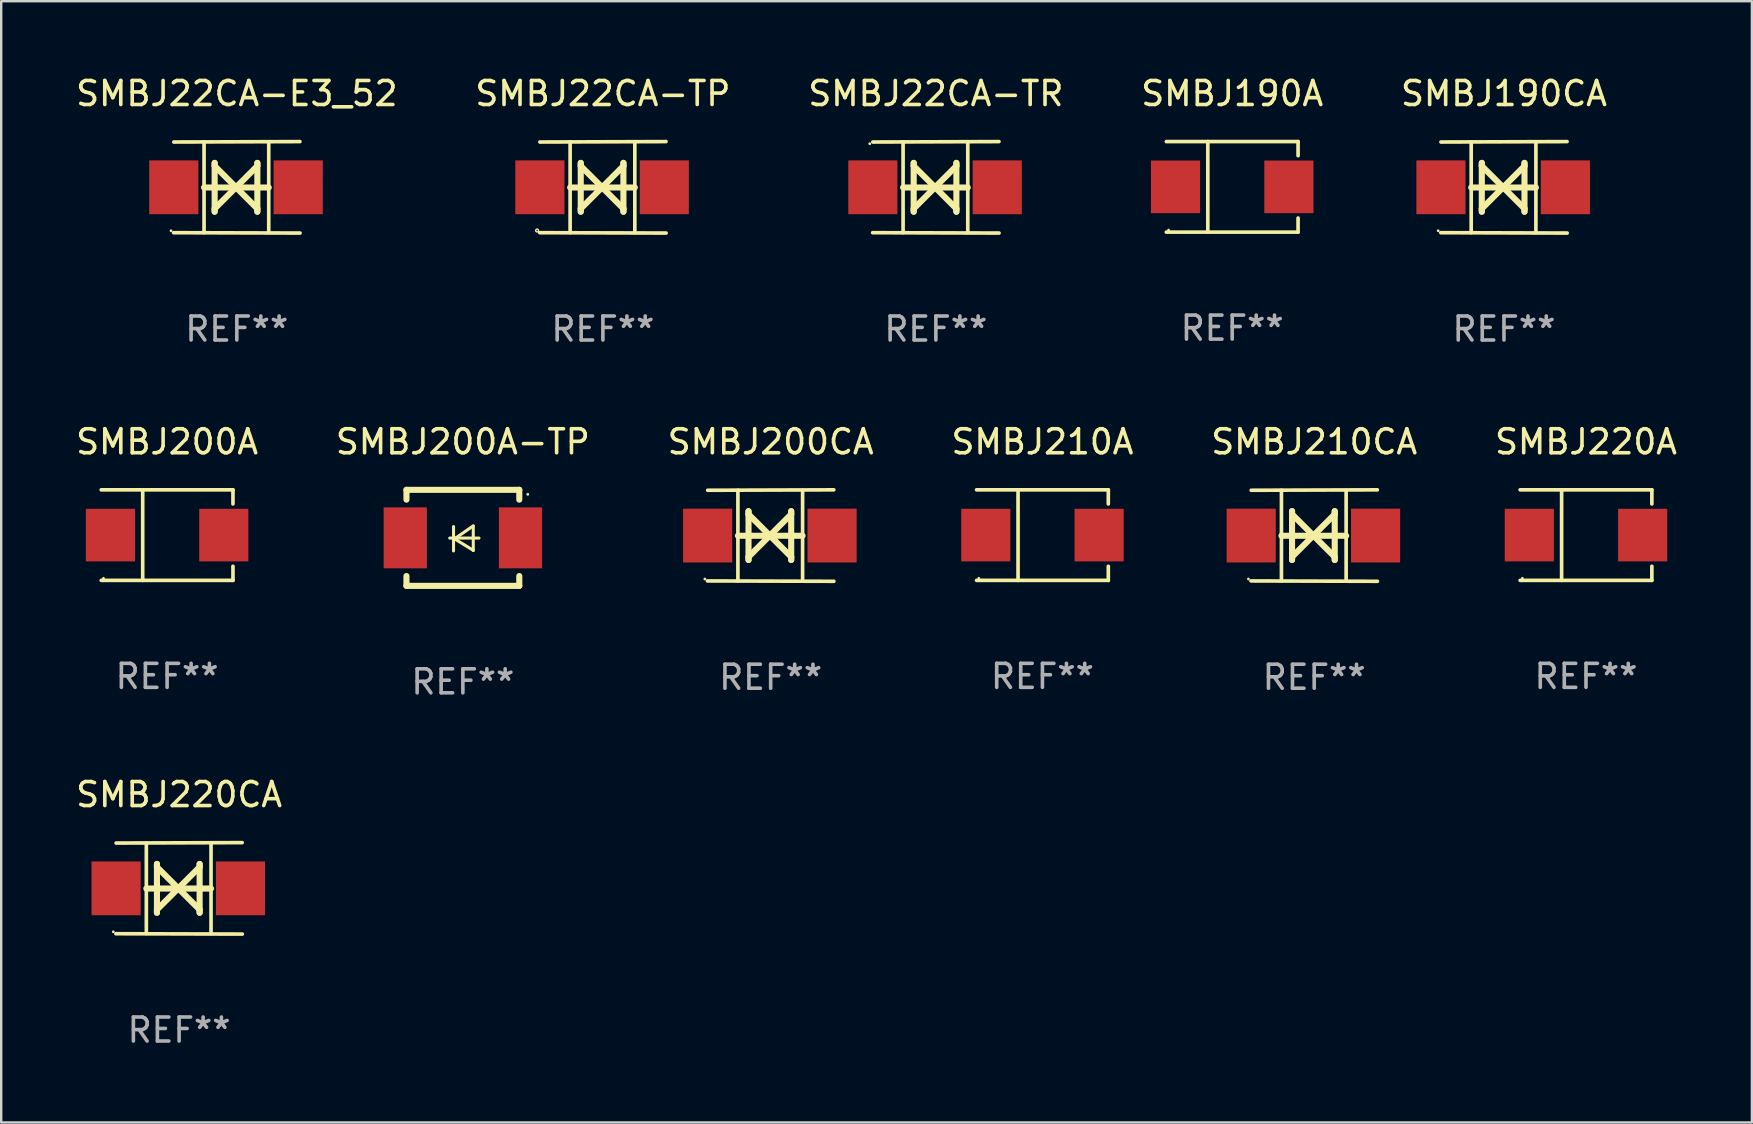
<source format=kicad_pcb>
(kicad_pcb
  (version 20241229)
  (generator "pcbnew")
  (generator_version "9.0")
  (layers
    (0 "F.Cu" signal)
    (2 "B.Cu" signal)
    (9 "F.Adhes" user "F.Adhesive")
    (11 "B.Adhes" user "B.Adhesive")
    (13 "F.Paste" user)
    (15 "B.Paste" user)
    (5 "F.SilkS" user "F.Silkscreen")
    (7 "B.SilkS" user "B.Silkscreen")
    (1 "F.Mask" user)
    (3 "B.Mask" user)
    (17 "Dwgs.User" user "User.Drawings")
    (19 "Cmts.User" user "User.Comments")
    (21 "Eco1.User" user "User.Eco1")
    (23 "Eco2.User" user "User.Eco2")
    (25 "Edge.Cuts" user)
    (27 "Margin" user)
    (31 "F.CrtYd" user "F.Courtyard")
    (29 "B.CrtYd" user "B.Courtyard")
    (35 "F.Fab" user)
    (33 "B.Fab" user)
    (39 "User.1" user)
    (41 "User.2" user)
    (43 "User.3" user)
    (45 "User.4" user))
  (footprint "SMBJ220A"
    (layer "F.Cu")
    (at 63.018 19.241)
    (property "Reference" "SMBJ220A" (at 0 -3.886 0) (layer "F.SilkS") (effects (font (size 1 1) (thickness 0.15))))
    (attr through_hole)
    (fp_line (start -2.744 -1.886) (end 2.744 -1.886) (stroke (width 0.152) (type solid)) (layer "F.SilkS"))
    (fp_line (start -2.744 1.886) (end 2.744 1.886) (stroke (width 0.152) (type solid)) (layer "F.SilkS"))
    (fp_line (start -1.016 -1.886) (end -1.016 1.886) (stroke (width 0.152) (type solid)) (layer "F.SilkS"))
    (fp_line (start 2.744 -1.886) (end 2.744 -1.299) (stroke (width 0.152) (type solid)) (layer "F.SilkS"))
    (fp_line (start 2.744 1.886) (end 2.744 1.299) (stroke (width 0.152) (type solid)) (layer "F.SilkS"))
    (fp_circle (center -2.65 1.8) (end -2.62 1.8) (stroke (width 0.06) (type solid)) (fill no) (layer "F.SilkS"))
    (fp_text user "REF**" (at 0 5.886 0) (layer "F.Fab") (effects (font (size 1 1) (thickness 0.15))))
    (pad "1" smd rect (at -2.361 0) (size 2.047 2.192) (layers "F.Cu" "F.Mask" "F.Paste"))
    (pad "2" smd rect (at 2.361 0) (size 2.047 2.192) (layers "F.Cu" "F.Mask" "F.Paste")))
  (footprint "SMBJ220CA"
    (layer "F.Cu")
    (at 4.411 33.956)
    (property "Reference" "SMBJ220CA" (at 0 -3.905 0) (layer "F.SilkS") (effects (font (size 1 1) (thickness 0.15))))
    (attr through_hole)
    (fp_line (start -1.365 1.886) (end -1.365 -1.886) (stroke (width 0.152) (type solid)) (layer "F.SilkS"))
    (fp_line (start -1.365 0.008) (end 1.33 0.008) (stroke (width 0.254) (type solid)) (layer "F.SilkS"))
    (fp_line (start -0.923 -1.016) (end -0.923 1.016) (stroke (width 0.254) (type solid)) (layer "F.SilkS"))
    (fp_line (start -0.923 -0.889) (end -0.923 -1.016) (stroke (width 0.254) (type solid)) (layer "F.SilkS"))
    (fp_line (start -0.923 0.889) (end -0.034 0) (stroke (width 0.254) (type solid)) (layer "F.SilkS"))
    (fp_line (start -0.923 1.016) (end -0.923 0.889) (stroke (width 0.254) (type solid)) (layer "F.SilkS"))
    (fp_line (start -0.034 0) (end -0.923 -0.889) (stroke (width 0.254) (type solid)) (layer "F.SilkS"))
    (fp_line (start -0.034 0) (end 0.855 0.889) (stroke (width 0.254) (type solid)) (layer "F.SilkS"))
    (fp_line (start 0.855 -1.016) (end 0.855 -0.889) (stroke (width 0.254) (type solid)) (layer "F.SilkS"))
    (fp_line (start 0.855 -0.889) (end -0.034 0) (stroke (width 0.254) (type solid)) (layer "F.SilkS"))
    (fp_line (start 0.855 0.889) (end 0.855 1.016) (stroke (width 0.254) (type solid)) (layer "F.SilkS"))
    (fp_line (start 0.855 1.016) (end 0.855 -1.016) (stroke (width 0.254) (type solid)) (layer "F.SilkS"))
    (fp_line (start 1.33 1.886) (end 1.33 -1.886) (stroke (width 0.152) (type solid)) (layer "F.SilkS"))
    (fp_line (start 2.629 -1.905) (end -2.625 -1.887) (stroke (width 0.152) (type solid)) (layer "F.SilkS"))
    (fp_line (start 2.633 1.905) (end -2.633 1.89) (stroke (width 0.152) (type solid)) (layer "F.SilkS"))
    (fp_circle (center -2.741 1.81) (end -2.711 1.81) (stroke (width 0.06) (type solid)) (fill no) (layer "F.SilkS"))
    (fp_text user "REF**" (at 0 5.905 0) (layer "F.Fab") (effects (font (size 1 1) (thickness 0.15))))
    (pad "1" smd rect (at -2.625 0) (size 2.047 2.241) (layers "F.Cu" "F.Mask" "F.Paste"))
    (pad "2" smd rect (at 2.557 0) (size 2.047 2.241) (layers "F.Cu" "F.Mask" "F.Paste")))
  (footprint "SMBJ22CA-TP"
    (layer "F.Cu")
    (at 22.065 4.753)
    (property "Reference" "SMBJ22CA-TP" (at 0 -3.905 0) (layer "F.SilkS") (effects (font (size 1 1) (thickness 0.15))))
    (attr through_hole)
    (fp_line (start -1.365 1.886) (end -1.365 -1.886) (stroke (width 0.152) (type solid)) (layer "F.SilkS"))
    (fp_line (start -1.365 0.008) (end 1.33 0.008) (stroke (width 0.254) (type solid)) (layer "F.SilkS"))
    (fp_line (start -0.923 -1.016) (end -0.923 1.016) (stroke (width 0.254) (type solid)) (layer "F.SilkS"))
    (fp_line (start -0.923 -0.889) (end -0.923 -1.016) (stroke (width 0.254) (type solid)) (layer "F.SilkS"))
    (fp_line (start -0.923 0.889) (end -0.034 0) (stroke (width 0.254) (type solid)) (layer "F.SilkS"))
    (fp_line (start -0.923 1.016) (end -0.923 0.889) (stroke (width 0.254) (type solid)) (layer "F.SilkS"))
    (fp_line (start -0.034 0) (end -0.923 -0.889) (stroke (width 0.254) (type solid)) (layer "F.SilkS"))
    (fp_line (start -0.034 0) (end 0.855 0.889) (stroke (width 0.254) (type solid)) (layer "F.SilkS"))
    (fp_line (start 0.855 -1.016) (end 0.855 -0.889) (stroke (width 0.254) (type solid)) (layer "F.SilkS"))
    (fp_line (start 0.855 -0.889) (end -0.034 0) (stroke (width 0.254) (type solid)) (layer "F.SilkS"))
    (fp_line (start 0.855 0.889) (end 0.855 1.016) (stroke (width 0.254) (type solid)) (layer "F.SilkS"))
    (fp_line (start 0.855 1.016) (end 0.855 -1.016) (stroke (width 0.254) (type solid)) (layer "F.SilkS"))
    (fp_line (start 1.33 1.886) (end 1.33 -1.886) (stroke (width 0.152) (type solid)) (layer "F.SilkS"))
    (fp_line (start 2.629 -1.905) (end -2.625 -1.887) (stroke (width 0.152) (type solid)) (layer "F.SilkS"))
    (fp_line (start 2.633 1.905) (end -2.633 1.89) (stroke (width 0.152) (type solid)) (layer "F.SilkS"))
    (fp_circle (center -2.741 1.8) (end -2.712 1.8) (stroke (width 0.06) (type solid)) (fill no) (layer "F.SilkS"))
    (fp_text user "REF**" (at 0 5.905 0) (layer "F.Fab") (effects (font (size 1 1) (thickness 0.15))))
    (pad "1" smd rect (at -2.625 0) (size 2.047 2.241) (layers "F.Cu" "F.Mask" "F.Paste"))
    (pad "2" smd rect (at 2.557 0) (size 2.047 2.241) (layers "F.Cu" "F.Mask" "F.Paste")))
  (footprint "SMBJ210A"
    (layer "F.Cu")
    (at 40.375 19.241)
    (property "Reference" "SMBJ210A" (at 0 -3.886 0) (layer "F.SilkS") (effects (font (size 1 1) (thickness 0.15))))
    (attr through_hole)
    (fp_line (start -2.744 -1.886) (end 2.744 -1.886) (stroke (width 0.152) (type solid)) (layer "F.SilkS"))
    (fp_line (start -2.744 1.886) (end 2.744 1.886) (stroke (width 0.152) (type solid)) (layer "F.SilkS"))
    (fp_line (start -1.016 -1.886) (end -1.016 1.886) (stroke (width 0.152) (type solid)) (layer "F.SilkS"))
    (fp_line (start 2.744 -1.886) (end 2.744 -1.299) (stroke (width 0.152) (type solid)) (layer "F.SilkS"))
    (fp_line (start 2.744 1.886) (end 2.744 1.299) (stroke (width 0.152) (type solid)) (layer "F.SilkS"))
    (fp_circle (center -2.65 1.8) (end -2.62 1.8) (stroke (width 0.06) (type solid)) (fill no) (layer "F.SilkS"))
    (fp_text user "REF**" (at 0 5.886 0) (layer "F.Fab") (effects (font (size 1 1) (thickness 0.15))))
    (pad "1" smd rect (at -2.361 0) (size 2.047 2.192) (layers "F.Cu" "F.Mask" "F.Paste"))
    (pad "2" smd rect (at 2.361 0) (size 2.047 2.192) (layers "F.Cu" "F.Mask" "F.Paste")))
  (footprint "SMBJ190CA"
    (layer "F.Cu")
    (at 59.601 4.753)
    (property "Reference" "SMBJ190CA" (at 0 -3.905 0) (layer "F.SilkS") (effects (font (size 1 1) (thickness 0.15))))
    (attr through_hole)
    (fp_line (start -1.365 1.886) (end -1.365 -1.886) (stroke (width 0.152) (type solid)) (layer "F.SilkS"))
    (fp_line (start -1.365 0.008) (end 1.33 0.008) (stroke (width 0.254) (type solid)) (layer "F.SilkS"))
    (fp_line (start -0.923 -1.016) (end -0.923 1.016) (stroke (width 0.254) (type solid)) (layer "F.SilkS"))
    (fp_line (start -0.923 -0.889) (end -0.923 -1.016) (stroke (width 0.254) (type solid)) (layer "F.SilkS"))
    (fp_line (start -0.923 0.889) (end -0.034 0) (stroke (width 0.254) (type solid)) (layer "F.SilkS"))
    (fp_line (start -0.923 1.016) (end -0.923 0.889) (stroke (width 0.254) (type solid)) (layer "F.SilkS"))
    (fp_line (start -0.034 0) (end -0.923 -0.889) (stroke (width 0.254) (type solid)) (layer "F.SilkS"))
    (fp_line (start -0.034 0) (end 0.855 0.889) (stroke (width 0.254) (type solid)) (layer "F.SilkS"))
    (fp_line (start 0.855 -1.016) (end 0.855 -0.889) (stroke (width 0.254) (type solid)) (layer "F.SilkS"))
    (fp_line (start 0.855 -0.889) (end -0.034 0) (stroke (width 0.254) (type solid)) (layer "F.SilkS"))
    (fp_line (start 0.855 0.889) (end 0.855 1.016) (stroke (width 0.254) (type solid)) (layer "F.SilkS"))
    (fp_line (start 0.855 1.016) (end 0.855 -1.016) (stroke (width 0.254) (type solid)) (layer "F.SilkS"))
    (fp_line (start 1.33 1.886) (end 1.33 -1.886) (stroke (width 0.152) (type solid)) (layer "F.SilkS"))
    (fp_line (start 2.629 -1.905) (end -2.625 -1.887) (stroke (width 0.152) (type solid)) (layer "F.SilkS"))
    (fp_line (start 2.633 1.905) (end -2.633 1.89) (stroke (width 0.152) (type solid)) (layer "F.SilkS"))
    (fp_circle (center -2.741 1.81) (end -2.711 1.81) (stroke (width 0.06) (type solid)) (fill no) (layer "F.SilkS"))
    (fp_text user "REF**" (at 0 5.905 0) (layer "F.Fab") (effects (font (size 1 1) (thickness 0.15))))
    (pad "1" smd rect (at -2.625 0) (size 2.047 2.241) (layers "F.Cu" "F.Mask" "F.Paste"))
    (pad "2" smd rect (at 2.557 0) (size 2.047 2.241) (layers "F.Cu" "F.Mask" "F.Paste")))
  (footprint "SMBJ190A"
    (layer "F.Cu")
    (at 48.28 4.734)
    (property "Reference" "SMBJ190A" (at 0 -3.886 0) (layer "F.SilkS") (effects (font (size 1 1) (thickness 0.15))))
    (attr through_hole)
    (fp_line (start -2.744 -1.886) (end 2.744 -1.886) (stroke (width 0.152) (type solid)) (layer "F.SilkS"))
    (fp_line (start -2.744 1.886) (end 2.744 1.886) (stroke (width 0.152) (type solid)) (layer "F.SilkS"))
    (fp_line (start -1.016 -1.886) (end -1.016 1.886) (stroke (width 0.152) (type solid)) (layer "F.SilkS"))
    (fp_line (start 2.744 -1.886) (end 2.744 -1.299) (stroke (width 0.152) (type solid)) (layer "F.SilkS"))
    (fp_line (start 2.744 1.886) (end 2.744 1.299) (stroke (width 0.152) (type solid)) (layer "F.SilkS"))
    (fp_circle (center -2.65 1.8) (end -2.62 1.8) (stroke (width 0.06) (type solid)) (fill no) (layer "F.SilkS"))
    (fp_text user "REF**" (at 0 5.886 0) (layer "F.Fab") (effects (font (size 1 1) (thickness 0.15))))
    (pad "1" smd rect (at -2.361 0) (size 2.047 2.192) (layers "F.Cu" "F.Mask" "F.Paste"))
    (pad "2" smd rect (at 2.361 0) (size 2.047 2.192) (layers "F.Cu" "F.Mask" "F.Paste")))
  (footprint "SMBJ210CA"
    (layer "F.Cu")
    (at 51.696 19.26)
    (property "Reference" "SMBJ210CA" (at 0 -3.905 0) (layer "F.SilkS") (effects (font (size 1 1) (thickness 0.15))))
    (attr through_hole)
    (fp_line (start -1.365 1.886) (end -1.365 -1.886) (stroke (width 0.152) (type solid)) (layer "F.SilkS"))
    (fp_line (start -1.365 0.008) (end 1.33 0.008) (stroke (width 0.254) (type solid)) (layer "F.SilkS"))
    (fp_line (start -0.923 -1.016) (end -0.923 1.016) (stroke (width 0.254) (type solid)) (layer "F.SilkS"))
    (fp_line (start -0.923 -0.889) (end -0.923 -1.016) (stroke (width 0.254) (type solid)) (layer "F.SilkS"))
    (fp_line (start -0.923 0.889) (end -0.034 0) (stroke (width 0.254) (type solid)) (layer "F.SilkS"))
    (fp_line (start -0.923 1.016) (end -0.923 0.889) (stroke (width 0.254) (type solid)) (layer "F.SilkS"))
    (fp_line (start -0.034 0) (end -0.923 -0.889) (stroke (width 0.254) (type solid)) (layer "F.SilkS"))
    (fp_line (start -0.034 0) (end 0.855 0.889) (stroke (width 0.254) (type solid)) (layer "F.SilkS"))
    (fp_line (start 0.855 -1.016) (end 0.855 -0.889) (stroke (width 0.254) (type solid)) (layer "F.SilkS"))
    (fp_line (start 0.855 -0.889) (end -0.034 0) (stroke (width 0.254) (type solid)) (layer "F.SilkS"))
    (fp_line (start 0.855 0.889) (end 0.855 1.016) (stroke (width 0.254) (type solid)) (layer "F.SilkS"))
    (fp_line (start 0.855 1.016) (end 0.855 -1.016) (stroke (width 0.254) (type solid)) (layer "F.SilkS"))
    (fp_line (start 1.33 1.886) (end 1.33 -1.886) (stroke (width 0.152) (type solid)) (layer "F.SilkS"))
    (fp_line (start 2.629 -1.905) (end -2.625 -1.887) (stroke (width 0.152) (type solid)) (layer "F.SilkS"))
    (fp_line (start 2.633 1.905) (end -2.633 1.89) (stroke (width 0.152) (type solid)) (layer "F.SilkS"))
    (fp_circle (center -2.741 1.81) (end -2.711 1.81) (stroke (width 0.06) (type solid)) (fill no) (layer "F.SilkS"))
    (fp_text user "REF**" (at 0 5.905 0) (layer "F.Fab") (effects (font (size 1 1) (thickness 0.15))))
    (pad "1" smd rect (at -2.625 0) (size 2.047 2.241) (layers "F.Cu" "F.Mask" "F.Paste"))
    (pad "2" smd rect (at 2.557 0) (size 2.047 2.241) (layers "F.Cu" "F.Mask" "F.Paste")))
  (footprint "SMBJ200A"
    (layer "F.Cu")
    (at 3.911 19.241)
    (property "Reference" "SMBJ200A" (at 0 -3.886 0) (layer "F.SilkS") (effects (font (size 1 1) (thickness 0.15))))
    (attr through_hole)
    (fp_line (start -2.744 -1.886) (end 2.744 -1.886) (stroke (width 0.152) (type solid)) (layer "F.SilkS"))
    (fp_line (start -2.744 1.886) (end 2.744 1.886) (stroke (width 0.152) (type solid)) (layer "F.SilkS"))
    (fp_line (start -1.016 -1.886) (end -1.016 1.886) (stroke (width 0.152) (type solid)) (layer "F.SilkS"))
    (fp_line (start 2.744 -1.886) (end 2.744 -1.299) (stroke (width 0.152) (type solid)) (layer "F.SilkS"))
    (fp_line (start 2.744 1.886) (end 2.744 1.299) (stroke (width 0.152) (type solid)) (layer "F.SilkS"))
    (fp_circle (center -2.65 1.8) (end -2.62 1.8) (stroke (width 0.06) (type solid)) (fill no) (layer "F.SilkS"))
    (fp_text user "REF**" (at 0 5.886 0) (layer "F.Fab") (effects (font (size 1 1) (thickness 0.15))))
    (pad "1" smd rect (at -2.361 0) (size 2.047 2.192) (layers "F.Cu" "F.Mask" "F.Paste"))
    (pad "2" smd rect (at 2.361 0) (size 2.047 2.192) (layers "F.Cu" "F.Mask" "F.Paste")))
  (footprint "SMBJ200A-TP"
    (layer "F.Cu")
    (at 16.232 19.355)
    (property "Reference" "SMBJ200A-TP" (at 0 -4 0) (layer "F.SilkS") (effects (font (size 1 1) (thickness 0.15))))
    (attr through_hole)
    (fp_line (start -2.35 -2) (end -2.35 -1.591) (stroke (width 0.254) (type solid)) (layer "F.SilkS"))
    (fp_line (start -2.35 -2) (end 2.35 -2) (stroke (width 0.254) (type solid)) (layer "F.SilkS"))
    (fp_line (start -2.35 1.591) (end -2.35 2) (stroke (width 0.254) (type solid)) (layer "F.SilkS"))
    (fp_line (start -2.35 2) (end 2.35 2) (stroke (width 0.254) (type solid)) (layer "F.SilkS"))
    (fp_line (start -0.548 0.01) (end 0.671 0.01) (stroke (width 0.127) (type solid)) (layer "F.SilkS"))
    (fp_line (start -0.389 -0.47) (end -0.389 0.546) (stroke (width 0.127) (type solid)) (layer "F.SilkS"))
    (fp_line (start -0.35 0.04) (end 0.433 0.52) (stroke (width 0.127) (type solid)) (layer "F.SilkS"))
    (fp_line (start 0.433 -0.5) (end -0.35 0.04) (stroke (width 0.127) (type solid)) (layer "F.SilkS"))
    (fp_line (start 0.433 0.53) (end 0.433 -0.486) (stroke (width 0.127) (type solid)) (layer "F.SilkS"))
    (fp_line (start 2.35 -2) (end 2.35 -1.591) (stroke (width 0.254) (type solid)) (layer "F.SilkS"))
    (fp_line (start 2.35 1.591) (end 2.35 2) (stroke (width 0.254) (type solid)) (layer "F.SilkS"))
    (fp_circle (center 2.704 -1.813) (end 2.734 -1.813) (stroke (width 0.06) (type solid)) (fill no) (layer "F.SilkS"))
    (fp_text user "REF**" (at 0 6 0) (layer "F.Fab") (effects (font (size 1 1) (thickness 0.15))))
    (pad "1" smd rect (at 2.4 0) (size 1.8 2.54) (layers "F.Cu" "F.Mask" "F.Paste"))
    (pad "2" smd rect (at -2.4 0) (size 1.8 2.54) (layers "F.Cu" "F.Mask" "F.Paste")))
  (footprint "SMBJ200CA"
    (layer "F.Cu")
    (at 29.054 19.26)
    (property "Reference" "SMBJ200CA" (at 0 -3.905 0) (layer "F.SilkS") (effects (font (size 1 1) (thickness 0.15))))
    (attr through_hole)
    (fp_line (start -1.365 1.886) (end -1.365 -1.886) (stroke (width 0.152) (type solid)) (layer "F.SilkS"))
    (fp_line (start -1.365 0.008) (end 1.33 0.008) (stroke (width 0.254) (type solid)) (layer "F.SilkS"))
    (fp_line (start -0.923 -1.016) (end -0.923 1.016) (stroke (width 0.254) (type solid)) (layer "F.SilkS"))
    (fp_line (start -0.923 -0.889) (end -0.923 -1.016) (stroke (width 0.254) (type solid)) (layer "F.SilkS"))
    (fp_line (start -0.923 0.889) (end -0.034 0) (stroke (width 0.254) (type solid)) (layer "F.SilkS"))
    (fp_line (start -0.923 1.016) (end -0.923 0.889) (stroke (width 0.254) (type solid)) (layer "F.SilkS"))
    (fp_line (start -0.034 0) (end -0.923 -0.889) (stroke (width 0.254) (type solid)) (layer "F.SilkS"))
    (fp_line (start -0.034 0) (end 0.855 0.889) (stroke (width 0.254) (type solid)) (layer "F.SilkS"))
    (fp_line (start 0.855 -1.016) (end 0.855 -0.889) (stroke (width 0.254) (type solid)) (layer "F.SilkS"))
    (fp_line (start 0.855 -0.889) (end -0.034 0) (stroke (width 0.254) (type solid)) (layer "F.SilkS"))
    (fp_line (start 0.855 0.889) (end 0.855 1.016) (stroke (width 0.254) (type solid)) (layer "F.SilkS"))
    (fp_line (start 0.855 1.016) (end 0.855 -1.016) (stroke (width 0.254) (type solid)) (layer "F.SilkS"))
    (fp_line (start 1.33 1.886) (end 1.33 -1.886) (stroke (width 0.152) (type solid)) (layer "F.SilkS"))
    (fp_line (start 2.629 -1.905) (end -2.625 -1.887) (stroke (width 0.152) (type solid)) (layer "F.SilkS"))
    (fp_line (start 2.633 1.905) (end -2.633 1.89) (stroke (width 0.152) (type solid)) (layer "F.SilkS"))
    (fp_circle (center -2.741 1.81) (end -2.711 1.81) (stroke (width 0.06) (type solid)) (fill no) (layer "F.SilkS"))
    (fp_text user "REF**" (at 0 5.905 0) (layer "F.Fab") (effects (font (size 1 1) (thickness 0.15))))
    (pad "1" smd rect (at -2.625 0) (size 2.047 2.241) (layers "F.Cu" "F.Mask" "F.Paste"))
    (pad "2" smd rect (at 2.557 0) (size 2.047 2.241) (layers "F.Cu" "F.Mask" "F.Paste")))
  (footprint "SMBJ22CA-TR"
    (layer "F.Cu")
    (at 35.935 4.753)
    (property "Reference" "SMBJ22CA-TR" (at 0 -3.905 0) (layer "F.SilkS") (effects (font (size 1 1) (thickness 0.15))))
    (attr through_hole)
    (fp_line (start -1.365 1.886) (end -1.365 -1.886) (stroke (width 0.152) (type solid)) (layer "F.SilkS"))
    (fp_line (start -1.365 0.008) (end 1.33 0.008) (stroke (width 0.254) (type solid)) (layer "F.SilkS"))
    (fp_line (start -0.923 -1.016) (end -0.923 1.016) (stroke (width 0.254) (type solid)) (layer "F.SilkS"))
    (fp_line (start -0.923 -0.889) (end -0.923 -1.016) (stroke (width 0.254) (type solid)) (layer "F.SilkS"))
    (fp_line (start -0.923 0.889) (end -0.034 0) (stroke (width 0.254) (type solid)) (layer "F.SilkS"))
    (fp_line (start -0.923 1.016) (end -0.923 0.889) (stroke (width 0.254) (type solid)) (layer "F.SilkS"))
    (fp_line (start -0.034 0) (end -0.923 -0.889) (stroke (width 0.254) (type solid)) (layer "F.SilkS"))
    (fp_line (start -0.034 0) (end 0.855 0.889) (stroke (width 0.254) (type solid)) (layer "F.SilkS"))
    (fp_line (start 0.855 -1.016) (end 0.855 -0.889) (stroke (width 0.254) (type solid)) (layer "F.SilkS"))
    (fp_line (start 0.855 -0.889) (end -0.034 0) (stroke (width 0.254) (type solid)) (layer "F.SilkS"))
    (fp_line (start 0.855 0.889) (end 0.855 1.016) (stroke (width 0.254) (type solid)) (layer "F.SilkS"))
    (fp_line (start 0.855 1.016) (end 0.855 -1.016) (stroke (width 0.254) (type solid)) (layer "F.SilkS"))
    (fp_line (start 1.33 1.886) (end 1.33 -1.886) (stroke (width 0.152) (type solid)) (layer "F.SilkS"))
    (fp_line (start 2.629 -1.905) (end -2.625 -1.887) (stroke (width 0.152) (type solid)) (layer "F.SilkS"))
    (fp_line (start 2.633 1.905) (end -2.633 1.89) (stroke (width 0.152) (type solid)) (layer "F.SilkS"))
    (fp_circle (center -2.753 -1.816) (end -2.723 -1.816) (stroke (width 0.06) (type solid)) (fill no) (layer "F.SilkS"))
    (fp_text user "REF**" (at 0 5.905 0) (layer "F.Fab") (effects (font (size 1 1) (thickness 0.15))))
    (pad "1" smd rect (at -2.625 0) (size 2.047 2.241) (layers "F.Cu" "F.Mask" "F.Paste"))
    (pad "2" smd rect (at 2.557 0) (size 2.047 2.241) (layers "F.Cu" "F.Mask" "F.Paste")))
  (footprint "SMBJ22CA-E3_52"
    (layer "F.Cu")
    (at 6.815 4.753)
    (property "Reference" "SMBJ22CA-E3_52" (at 0 -3.905 0) (layer "F.SilkS") (effects (font (size 1 1) (thickness 0.15))))
    (attr through_hole)
    (fp_line (start -1.365 1.886) (end -1.365 -1.886) (stroke (width 0.152) (type solid)) (layer "F.SilkS"))
    (fp_line (start -1.365 0.008) (end 1.33 0.008) (stroke (width 0.254) (type solid)) (layer "F.SilkS"))
    (fp_line (start -0.923 -1.016) (end -0.923 1.016) (stroke (width 0.254) (type solid)) (layer "F.SilkS"))
    (fp_line (start -0.923 -0.889) (end -0.923 -1.016) (stroke (width 0.254) (type solid)) (layer "F.SilkS"))
    (fp_line (start -0.923 0.889) (end -0.034 0) (stroke (width 0.254) (type solid)) (layer "F.SilkS"))
    (fp_line (start -0.923 1.016) (end -0.923 0.889) (stroke (width 0.254) (type solid)) (layer "F.SilkS"))
    (fp_line (start -0.034 0) (end -0.923 -0.889) (stroke (width 0.254) (type solid)) (layer "F.SilkS"))
    (fp_line (start -0.034 0) (end 0.855 0.889) (stroke (width 0.254) (type solid)) (layer "F.SilkS"))
    (fp_line (start 0.855 -1.016) (end 0.855 -0.889) (stroke (width 0.254) (type solid)) (layer "F.SilkS"))
    (fp_line (start 0.855 -0.889) (end -0.034 0) (stroke (width 0.254) (type solid)) (layer "F.SilkS"))
    (fp_line (start 0.855 0.889) (end 0.855 1.016) (stroke (width 0.254) (type solid)) (layer "F.SilkS"))
    (fp_line (start 0.855 1.016) (end 0.855 -1.016) (stroke (width 0.254) (type solid)) (layer "F.SilkS"))
    (fp_line (start 1.33 1.886) (end 1.33 -1.886) (stroke (width 0.152) (type solid)) (layer "F.SilkS"))
    (fp_line (start 2.629 -1.905) (end -2.625 -1.887) (stroke (width 0.152) (type solid)) (layer "F.SilkS"))
    (fp_line (start 2.633 1.905) (end -2.633 1.89) (stroke (width 0.152) (type solid)) (layer "F.SilkS"))
    (fp_circle (center -2.741 1.81) (end -2.711 1.81) (stroke (width 0.06) (type solid)) (fill no) (layer "F.SilkS"))
    (fp_text user "REF**" (at 0 5.905 0) (layer "F.Fab") (effects (font (size 1 1) (thickness 0.15))))
    (pad "1" smd rect (at -2.625 0) (size 2.047 2.241) (layers "F.Cu" "F.Mask" "F.Paste"))
    (pad "2" smd rect (at 2.557 0) (size 2.047 2.241) (layers "F.Cu" "F.Mask" "F.Paste")))
  (gr_rect
    (start -3 -3)
    (end 69.929 43.71)
    (stroke (width 0.1) (type default))
    (fill no)
    (layer "Edge.Cuts")))
</source>
